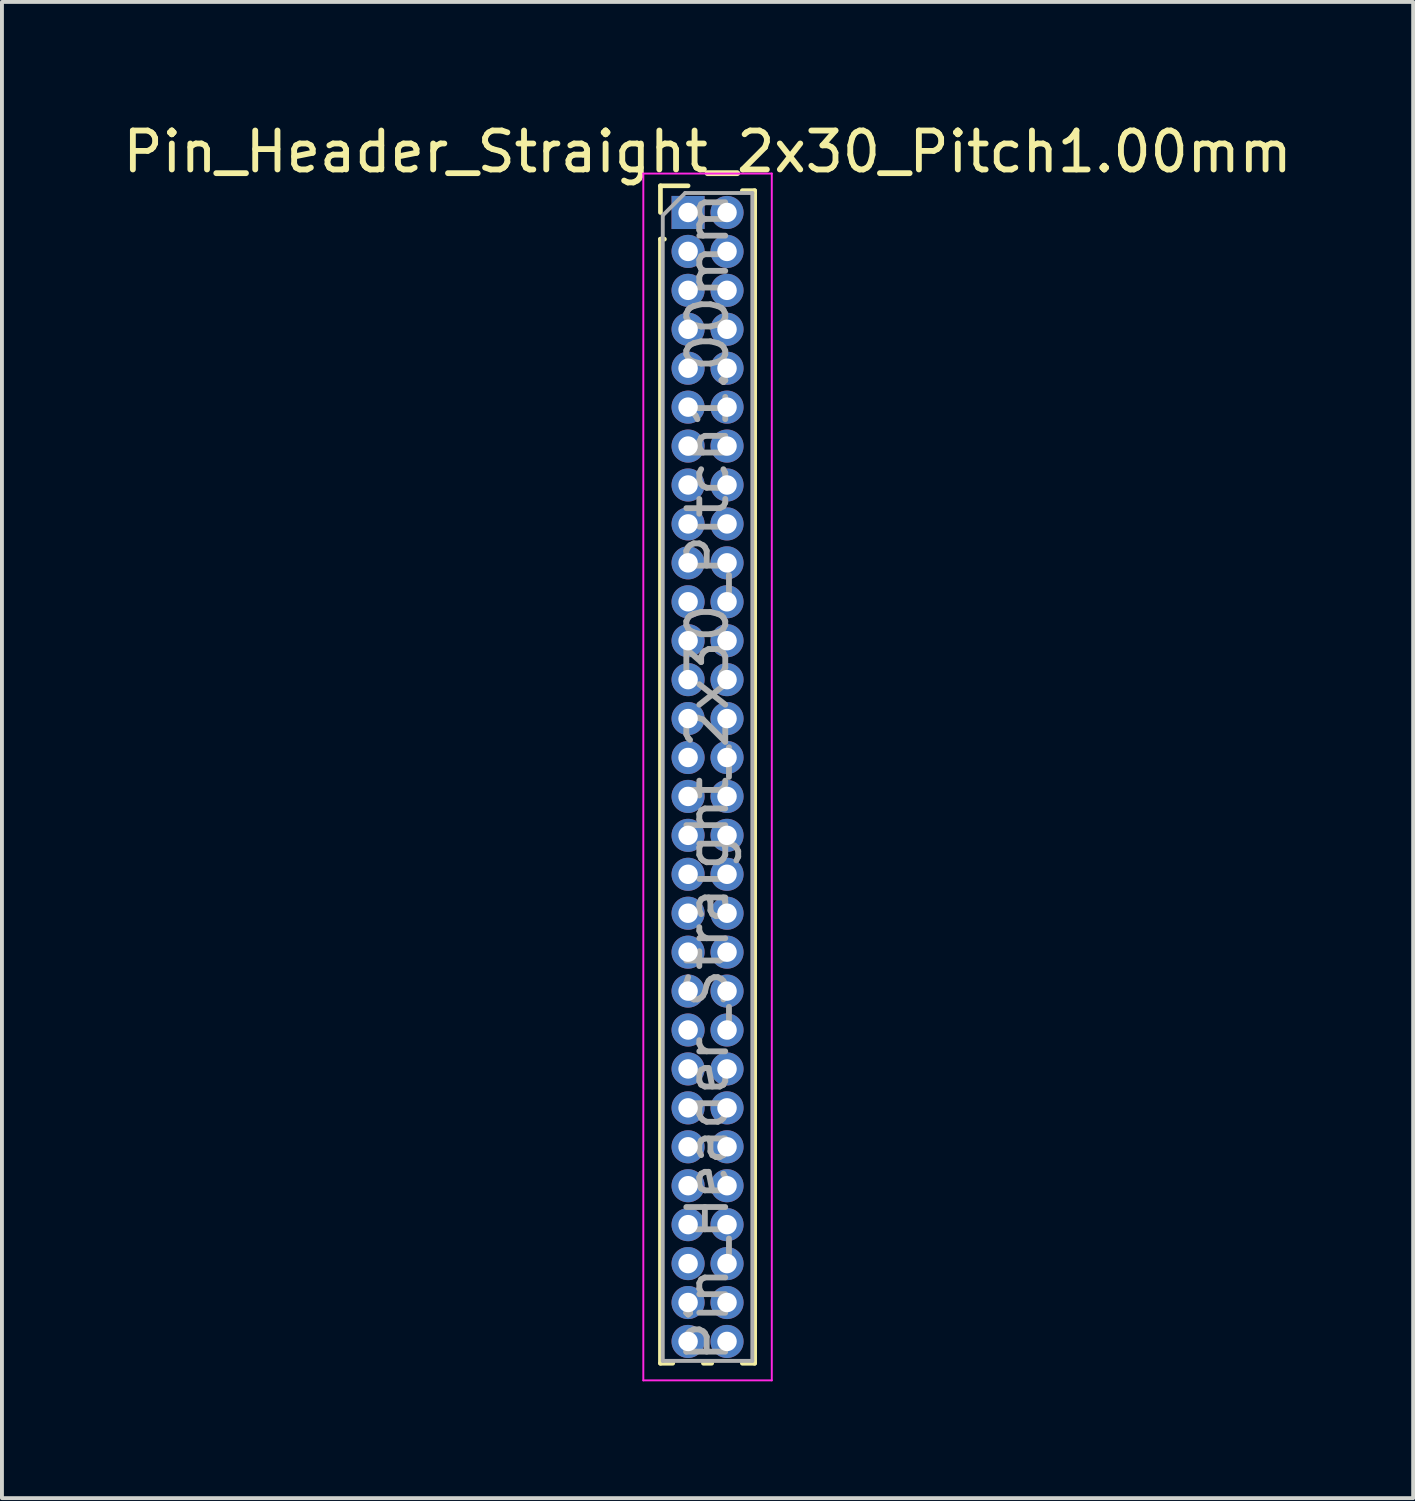
<source format=kicad_pcb>
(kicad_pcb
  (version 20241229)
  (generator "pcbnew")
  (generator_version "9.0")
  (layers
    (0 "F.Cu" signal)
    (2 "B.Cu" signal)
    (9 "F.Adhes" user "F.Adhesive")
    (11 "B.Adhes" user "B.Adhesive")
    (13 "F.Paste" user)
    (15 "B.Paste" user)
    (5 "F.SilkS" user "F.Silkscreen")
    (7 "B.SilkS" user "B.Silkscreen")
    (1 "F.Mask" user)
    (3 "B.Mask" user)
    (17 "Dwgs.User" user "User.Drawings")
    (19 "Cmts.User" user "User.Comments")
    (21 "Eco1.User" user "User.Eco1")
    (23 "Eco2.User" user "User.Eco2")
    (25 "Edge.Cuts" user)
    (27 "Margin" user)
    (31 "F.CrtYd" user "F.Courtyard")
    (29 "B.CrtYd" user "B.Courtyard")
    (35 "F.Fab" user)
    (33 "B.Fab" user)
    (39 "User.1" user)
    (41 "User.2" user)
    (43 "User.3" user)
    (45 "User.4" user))
  (footprint "Pin_Header_Straight_2x30_Pitch1.00mm"
    (layer "F.Cu")
    (at 14.625 2.408)
    (property "Reference" "Pin_Header_Straight_2x30_Pitch1.00mm" (at 0.5 -1.56 0) (layer "F.SilkS") (effects (font (size 1 1) (thickness 0.15))))
    (attr through_hole)
    (fp_line (start -0.71 -0.685) (end 0 -0.685) (stroke (width 0.12) (type solid)) (layer "F.SilkS"))
    (fp_line (start -0.71 0) (end -0.71 -0.685) (stroke (width 0.12) (type solid)) (layer "F.SilkS"))
    (fp_line (start -0.71 0.685) (end -0.71 29.56) (stroke (width 0.12) (type solid)) (layer "F.SilkS"))
    (fp_line (start -0.71 0.685) (end -0.608 0.685) (stroke (width 0.12) (type solid)) (layer "F.SilkS"))
    (fp_line (start -0.71 29.56) (end -0.394 29.56) (stroke (width 0.12) (type solid)) (layer "F.SilkS"))
    (fp_line (start 0.394 29.56) (end 0.606 29.56) (stroke (width 0.12) (type solid)) (layer "F.SilkS"))
    (fp_line (start 1.394 -0.56) (end 1.71 -0.56) (stroke (width 0.12) (type solid)) (layer "F.SilkS"))
    (fp_line (start 1.394 29.56) (end 1.71 29.56) (stroke (width 0.12) (type solid)) (layer "F.SilkS"))
    (fp_line (start 1.71 -0.56) (end 1.71 29.56) (stroke (width 0.12) (type solid)) (layer "F.SilkS"))
    (fp_line (start -1.15 -1) (end -1.15 30) (stroke (width 0.05) (type solid)) (layer "F.CrtYd"))
    (fp_line (start -1.15 30) (end 2.15 30) (stroke (width 0.05) (type solid)) (layer "F.CrtYd"))
    (fp_line (start 2.15 -1) (end -1.15 -1) (stroke (width 0.05) (type solid)) (layer "F.CrtYd"))
    (fp_line (start 2.15 30) (end 2.15 -1) (stroke (width 0.05) (type solid)) (layer "F.CrtYd"))
    (fp_line (start -0.65 0.075) (end -0.075 -0.5) (stroke (width 0.1) (type solid)) (layer "F.Fab"))
    (fp_line (start -0.65 29.5) (end -0.65 0.075) (stroke (width 0.1) (type solid)) (layer "F.Fab"))
    (fp_line (start -0.075 -0.5) (end 1.65 -0.5) (stroke (width 0.1) (type solid)) (layer "F.Fab"))
    (fp_line (start 1.65 -0.5) (end 1.65 29.5) (stroke (width 0.1) (type solid)) (layer "F.Fab"))
    (fp_line (start 1.65 29.5) (end -0.65 29.5) (stroke (width 0.1) (type solid)) (layer "F.Fab"))
    (fp_text user "${REFERENCE}" (at 0.5 14.5 90) (layer "F.Fab") (effects (font (size 1 1) (thickness 0.15))))
    (pad "1" thru_hole rect (at 0 0) (size 0.85 0.85) (drill 0.5) (layers "*.Cu" "*.Mask"))
    (pad "2" thru_hole oval (at 1 0) (size 0.85 0.85) (drill 0.5) (layers "*.Cu" "*.Mask"))
    (pad "3" thru_hole oval (at 0 1) (size 0.85 0.85) (drill 0.5) (layers "*.Cu" "*.Mask"))
    (pad "4" thru_hole oval (at 1 1) (size 0.85 0.85) (drill 0.5) (layers "*.Cu" "*.Mask"))
    (pad "5" thru_hole oval (at 0 2) (size 0.85 0.85) (drill 0.5) (layers "*.Cu" "*.Mask"))
    (pad "6" thru_hole oval (at 1 2) (size 0.85 0.85) (drill 0.5) (layers "*.Cu" "*.Mask"))
    (pad "7" thru_hole oval (at 0 3) (size 0.85 0.85) (drill 0.5) (layers "*.Cu" "*.Mask"))
    (pad "8" thru_hole oval (at 1 3) (size 0.85 0.85) (drill 0.5) (layers "*.Cu" "*.Mask"))
    (pad "9" thru_hole oval (at 0 4) (size 0.85 0.85) (drill 0.5) (layers "*.Cu" "*.Mask"))
    (pad "10" thru_hole oval (at 1 4) (size 0.85 0.85) (drill 0.5) (layers "*.Cu" "*.Mask"))
    (pad "11" thru_hole oval (at 0 5) (size 0.85 0.85) (drill 0.5) (layers "*.Cu" "*.Mask"))
    (pad "12" thru_hole oval (at 1 5) (size 0.85 0.85) (drill 0.5) (layers "*.Cu" "*.Mask"))
    (pad "13" thru_hole oval (at 0 6) (size 0.85 0.85) (drill 0.5) (layers "*.Cu" "*.Mask"))
    (pad "14" thru_hole oval (at 1 6) (size 0.85 0.85) (drill 0.5) (layers "*.Cu" "*.Mask"))
    (pad "15" thru_hole oval (at 0 7) (size 0.85 0.85) (drill 0.5) (layers "*.Cu" "*.Mask"))
    (pad "16" thru_hole oval (at 1 7) (size 0.85 0.85) (drill 0.5) (layers "*.Cu" "*.Mask"))
    (pad "17" thru_hole oval (at 0 8) (size 0.85 0.85) (drill 0.5) (layers "*.Cu" "*.Mask"))
    (pad "18" thru_hole oval (at 1 8) (size 0.85 0.85) (drill 0.5) (layers "*.Cu" "*.Mask"))
    (pad "19" thru_hole oval (at 0 9) (size 0.85 0.85) (drill 0.5) (layers "*.Cu" "*.Mask"))
    (pad "20" thru_hole oval (at 1 9) (size 0.85 0.85) (drill 0.5) (layers "*.Cu" "*.Mask"))
    (pad "21" thru_hole oval (at 0 10) (size 0.85 0.85) (drill 0.5) (layers "*.Cu" "*.Mask"))
    (pad "22" thru_hole oval (at 1 10) (size 0.85 0.85) (drill 0.5) (layers "*.Cu" "*.Mask"))
    (pad "23" thru_hole oval (at 0 11) (size 0.85 0.85) (drill 0.5) (layers "*.Cu" "*.Mask"))
    (pad "24" thru_hole oval (at 1 11) (size 0.85 0.85) (drill 0.5) (layers "*.Cu" "*.Mask"))
    (pad "25" thru_hole oval (at 0 12) (size 0.85 0.85) (drill 0.5) (layers "*.Cu" "*.Mask"))
    (pad "26" thru_hole oval (at 1 12) (size 0.85 0.85) (drill 0.5) (layers "*.Cu" "*.Mask"))
    (pad "27" thru_hole oval (at 0 13) (size 0.85 0.85) (drill 0.5) (layers "*.Cu" "*.Mask"))
    (pad "28" thru_hole oval (at 1 13) (size 0.85 0.85) (drill 0.5) (layers "*.Cu" "*.Mask"))
    (pad "29" thru_hole oval (at 0 14) (size 0.85 0.85) (drill 0.5) (layers "*.Cu" "*.Mask"))
    (pad "30" thru_hole oval (at 1 14) (size 0.85 0.85) (drill 0.5) (layers "*.Cu" "*.Mask"))
    (pad "31" thru_hole oval (at 0 15) (size 0.85 0.85) (drill 0.5) (layers "*.Cu" "*.Mask"))
    (pad "32" thru_hole oval (at 1 15) (size 0.85 0.85) (drill 0.5) (layers "*.Cu" "*.Mask"))
    (pad "33" thru_hole oval (at 0 16) (size 0.85 0.85) (drill 0.5) (layers "*.Cu" "*.Mask"))
    (pad "34" thru_hole oval (at 1 16) (size 0.85 0.85) (drill 0.5) (layers "*.Cu" "*.Mask"))
    (pad "35" thru_hole oval (at 0 17) (size 0.85 0.85) (drill 0.5) (layers "*.Cu" "*.Mask"))
    (pad "36" thru_hole oval (at 1 17) (size 0.85 0.85) (drill 0.5) (layers "*.Cu" "*.Mask"))
    (pad "37" thru_hole oval (at 0 18) (size 0.85 0.85) (drill 0.5) (layers "*.Cu" "*.Mask"))
    (pad "38" thru_hole oval (at 1 18) (size 0.85 0.85) (drill 0.5) (layers "*.Cu" "*.Mask"))
    (pad "39" thru_hole oval (at 0 19) (size 0.85 0.85) (drill 0.5) (layers "*.Cu" "*.Mask"))
    (pad "40" thru_hole oval (at 1 19) (size 0.85 0.85) (drill 0.5) (layers "*.Cu" "*.Mask"))
    (pad "41" thru_hole oval (at 0 20) (size 0.85 0.85) (drill 0.5) (layers "*.Cu" "*.Mask"))
    (pad "42" thru_hole oval (at 1 20) (size 0.85 0.85) (drill 0.5) (layers "*.Cu" "*.Mask"))
    (pad "43" thru_hole oval (at 0 21) (size 0.85 0.85) (drill 0.5) (layers "*.Cu" "*.Mask"))
    (pad "44" thru_hole oval (at 1 21) (size 0.85 0.85) (drill 0.5) (layers "*.Cu" "*.Mask"))
    (pad "45" thru_hole oval (at 0 22) (size 0.85 0.85) (drill 0.5) (layers "*.Cu" "*.Mask"))
    (pad "46" thru_hole oval (at 1 22) (size 0.85 0.85) (drill 0.5) (layers "*.Cu" "*.Mask"))
    (pad "47" thru_hole oval (at 0 23) (size 0.85 0.85) (drill 0.5) (layers "*.Cu" "*.Mask"))
    (pad "48" thru_hole oval (at 1 23) (size 0.85 0.85) (drill 0.5) (layers "*.Cu" "*.Mask"))
    (pad "49" thru_hole oval (at 0 24) (size 0.85 0.85) (drill 0.5) (layers "*.Cu" "*.Mask"))
    (pad "50" thru_hole oval (at 1 24) (size 0.85 0.85) (drill 0.5) (layers "*.Cu" "*.Mask"))
    (pad "51" thru_hole oval (at 0 25) (size 0.85 0.85) (drill 0.5) (layers "*.Cu" "*.Mask"))
    (pad "52" thru_hole oval (at 1 25) (size 0.85 0.85) (drill 0.5) (layers "*.Cu" "*.Mask"))
    (pad "53" thru_hole oval (at 0 26) (size 0.85 0.85) (drill 0.5) (layers "*.Cu" "*.Mask"))
    (pad "54" thru_hole oval (at 1 26) (size 0.85 0.85) (drill 0.5) (layers "*.Cu" "*.Mask"))
    (pad "55" thru_hole oval (at 0 27) (size 0.85 0.85) (drill 0.5) (layers "*.Cu" "*.Mask"))
    (pad "56" thru_hole oval (at 1 27) (size 0.85 0.85) (drill 0.5) (layers "*.Cu" "*.Mask"))
    (pad "57" thru_hole oval (at 0 28) (size 0.85 0.85) (drill 0.5) (layers "*.Cu" "*.Mask"))
    (pad "58" thru_hole oval (at 1 28) (size 0.85 0.85) (drill 0.5) (layers "*.Cu" "*.Mask"))
    (pad "59" thru_hole oval (at 0 29) (size 0.85 0.85) (drill 0.5) (layers "*.Cu" "*.Mask"))
    (pad "60" thru_hole oval (at 1 29) (size 0.85 0.85) (drill 0.5) (layers "*.Cu" "*.Mask")))
  (gr_rect
    (start -3 -3)
    (end 33.25 35.433)
    (stroke (width 0.1) (type default))
    (fill no)
    (layer "Edge.Cuts")))
</source>
